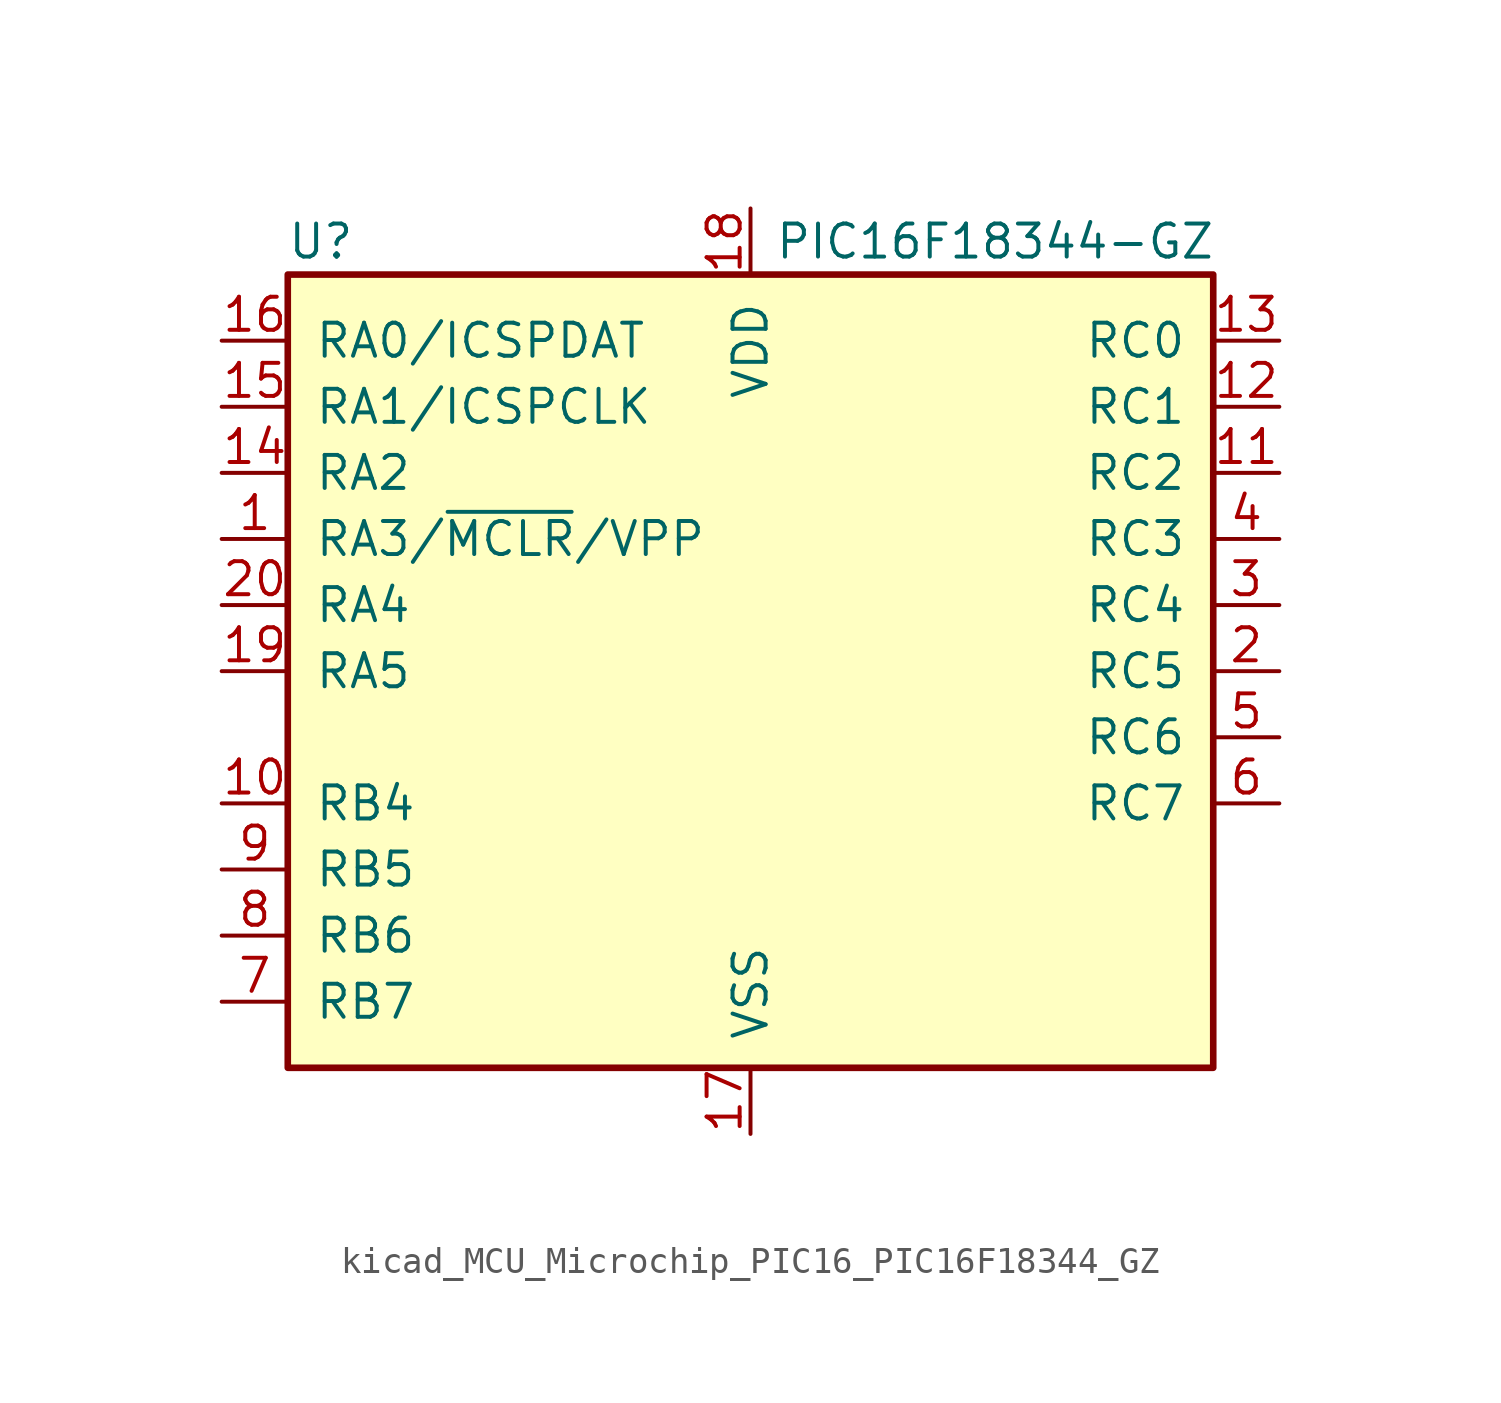
<source format=kicad_sym>
(kicad_symbol_lib
  (version 20220914)
  (generator kicad_symbol_editor)
  (symbol "kicad_MCU_Microchip_PIC16_PIC16F18344_GZ"
    (pin_names
      (offset 1.016))
    (property "Reference" "U"
      (at -16.51 16.51 0)
      (effects (font (size 1.27 1.27))))
    (property "Value" "PIC16F18344-GZ"
      (at 9.398 16.51 0)
      (effects (font (size 1.27 1.27))))
    (symbol "kicad_MCU_Microchip_PIC16_PIC16F18344_GZ_0_1"
      (rectangle (start -17.78 15.24) (end 17.78 -15.24) (stroke (width 0.254) (type default)) (fill (type background))))
    (symbol "kicad_MCU_Microchip_PIC16_PIC16F18344_GZ_1_1"
      (pin bidirectional line (at -20.32 5.08 0) (length 2.54) (name "RA3/~{MCLR}/VPP" (effects (font (size 1.27 1.27)))) (number "1" (effects (font (size 1.27 1.27)))))
      (pin bidirectional line (at -20.32 -5.08 0) (length 2.54) (name "RB4" (effects (font (size 1.27 1.27)))) (number "10" (effects (font (size 1.27 1.27)))))
      (pin bidirectional line (at 20.32 7.62 180) (length 2.54) (name "RC2" (effects (font (size 1.27 1.27)))) (number "11" (effects (font (size 1.27 1.27)))))
      (pin bidirectional line (at 20.32 10.16 180) (length 2.54) (name "RC1" (effects (font (size 1.27 1.27)))) (number "12" (effects (font (size 1.27 1.27)))))
      (pin bidirectional line (at 20.32 12.7 180) (length 2.54) (name "RC0" (effects (font (size 1.27 1.27)))) (number "13" (effects (font (size 1.27 1.27)))))
      (pin bidirectional line (at -20.32 7.62 0) (length 2.54) (name "RA2" (effects (font (size 1.27 1.27)))) (number "14" (effects (font (size 1.27 1.27)))))
      (pin bidirectional line (at -20.32 10.16 0) (length 2.54) (name "RA1/ICSPCLK" (effects (font (size 1.27 1.27)))) (number "15" (effects (font (size 1.27 1.27)))))
      (pin bidirectional line (at -20.32 12.7 0) (length 2.54) (name "RA0/ICSPDAT" (effects (font (size 1.27 1.27)))) (number "16" (effects (font (size 1.27 1.27)))))
      (pin power_in line (at 0 -17.78 90) (length 2.54) (name "VSS" (effects (font (size 1.27 1.27)))) (number "17" (effects (font (size 1.27 1.27)))))
      (pin power_in line (at 0 17.78 270) (length 2.54) (name "VDD" (effects (font (size 1.27 1.27)))) (number "18" (effects (font (size 1.27 1.27)))))
      (pin bidirectional line (at -20.32 0 0) (length 2.54) (name "RA5" (effects (font (size 1.27 1.27)))) (number "19" (effects (font (size 1.27 1.27)))))
      (pin bidirectional line (at 20.32 0 180) (length 2.54) (name "RC5" (effects (font (size 1.27 1.27)))) (number "2" (effects (font (size 1.27 1.27)))))
      (pin bidirectional line (at -20.32 2.54 0) (length 2.54) (name "RA4" (effects (font (size 1.27 1.27)))) (number "20" (effects (font (size 1.27 1.27)))))
      (pin bidirectional line (at 20.32 2.54 180) (length 2.54) (name "RC4" (effects (font (size 1.27 1.27)))) (number "3" (effects (font (size 1.27 1.27)))))
      (pin bidirectional line (at 20.32 5.08 180) (length 2.54) (name "RC3" (effects (font (size 1.27 1.27)))) (number "4" (effects (font (size 1.27 1.27)))))
      (pin bidirectional line (at 20.32 -2.54 180) (length 2.54) (name "RC6" (effects (font (size 1.27 1.27)))) (number "5" (effects (font (size 1.27 1.27)))))
      (pin bidirectional line (at 20.32 -5.08 180) (length 2.54) (name "RC7" (effects (font (size 1.27 1.27)))) (number "6" (effects (font (size 1.27 1.27)))))
      (pin bidirectional line (at -20.32 -12.7 0) (length 2.54) (name "RB7" (effects (font (size 1.27 1.27)))) (number "7" (effects (font (size 1.27 1.27)))))
      (pin bidirectional line (at -20.32 -10.16 0) (length 2.54) (name "RB6" (effects (font (size 1.27 1.27)))) (number "8" (effects (font (size 1.27 1.27)))))
      (pin bidirectional line (at -20.32 -7.62 0) (length 2.54) (name "RB5" (effects (font (size 1.27 1.27)))) (number "9" (effects (font (size 1.27 1.27))))))))
</source>
